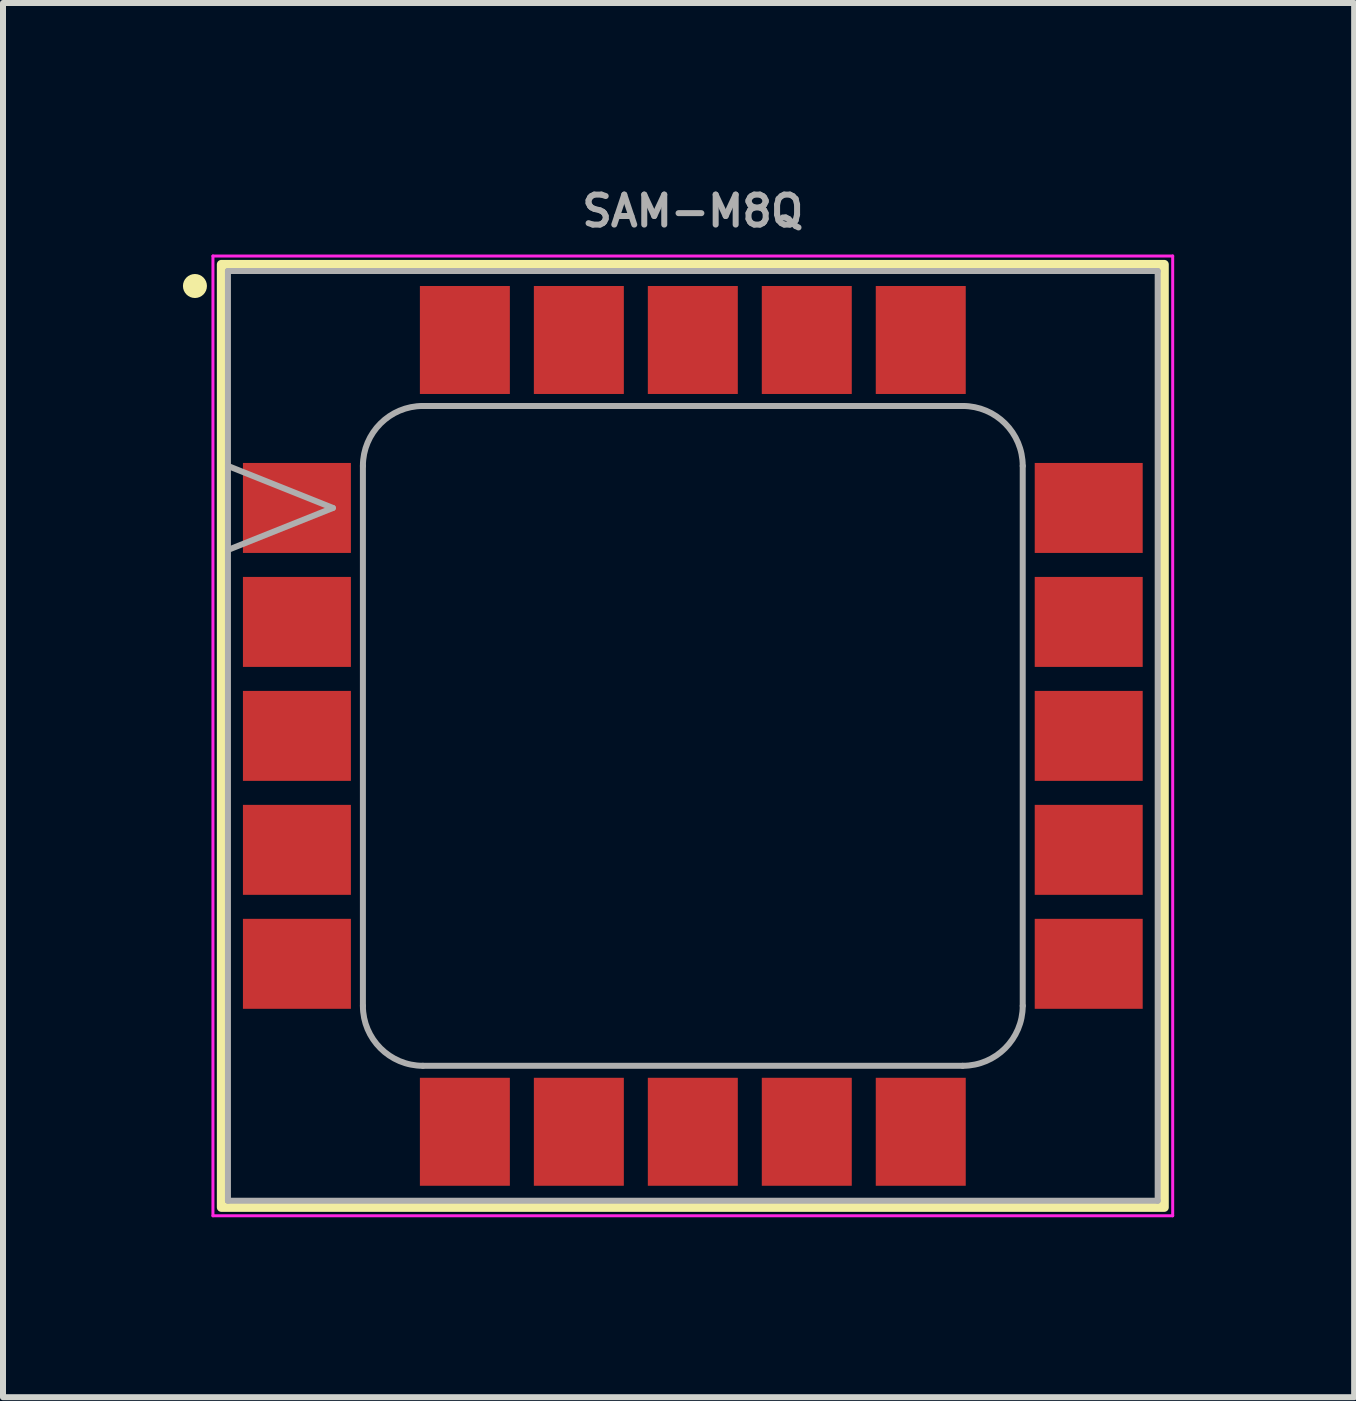
<source format=kicad_pcb>
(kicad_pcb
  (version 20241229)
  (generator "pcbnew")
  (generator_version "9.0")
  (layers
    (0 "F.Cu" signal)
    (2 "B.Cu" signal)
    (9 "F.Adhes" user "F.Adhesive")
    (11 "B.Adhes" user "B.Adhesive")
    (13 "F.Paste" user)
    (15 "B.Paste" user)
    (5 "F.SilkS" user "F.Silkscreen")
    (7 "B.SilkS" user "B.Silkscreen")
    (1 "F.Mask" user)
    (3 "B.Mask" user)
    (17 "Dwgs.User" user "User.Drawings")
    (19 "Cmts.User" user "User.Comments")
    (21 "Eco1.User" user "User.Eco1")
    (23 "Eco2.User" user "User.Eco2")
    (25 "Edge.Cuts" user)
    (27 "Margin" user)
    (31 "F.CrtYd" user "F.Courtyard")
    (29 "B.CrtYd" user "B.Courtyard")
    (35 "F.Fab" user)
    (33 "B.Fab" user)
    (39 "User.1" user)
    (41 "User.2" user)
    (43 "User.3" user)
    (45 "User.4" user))
  (footprint "SAM-M8Q"
    (layer "F.Cu")
    (at 8.5 9.218)
    (property "Reference" "SAM-M8Q" (at 0 -8.75 0) (layer "F.Fab") (effects (font (size 0.5 0.5) (thickness 0.1))))
    (attr smd)
    (fp_rect (start -7.86 -7.86) (end 7.86 7.86) (stroke (width 0.15) (type default)) (fill no) (layer "F.SilkS"))
    (fp_circle (center -8.3 -7.5) (end -8.3 -7.4) (stroke (width 0.2) (type solid)) (fill yes) (layer "F.SilkS"))
    (fp_line (start -8 -8) (end -8 8) (stroke (width 0.05) (type solid)) (layer "F.CrtYd"))
    (fp_line (start -8 8) (end 8 8) (stroke (width 0.05) (type solid)) (layer "F.CrtYd"))
    (fp_line (start 8 -8) (end -8 -8) (stroke (width 0.05) (type solid)) (layer "F.CrtYd"))
    (fp_line (start 8 8) (end 8 -8) (stroke (width 0.05) (type solid)) (layer "F.CrtYd"))
    (fp_line (start -7.75 -7.75) (end -7.75 7.75) (stroke (width 0.1) (type solid)) (layer "F.Fab"))
    (fp_line (start -7.75 7.75) (end 7.75 7.75) (stroke (width 0.1) (type solid)) (layer "F.Fab"))
    (fp_line (start -6 -3.8) (end -7.75 -4.5) (stroke (width 0.1) (type solid)) (layer "F.Fab"))
    (fp_line (start -6 -3.8) (end -7.75 -3.1) (stroke (width 0.1) (type solid)) (layer "F.Fab"))
    (fp_line (start -5.5 -4.5) (end -5.5 4.5) (stroke (width 0.1) (type solid)) (layer "F.Fab"))
    (fp_line (start -4.5 5.5) (end 4.5 5.5) (stroke (width 0.1) (type solid)) (layer "F.Fab"))
    (fp_line (start 4.5 -5.5) (end -4.5 -5.5) (stroke (width 0.1) (type solid)) (layer "F.Fab"))
    (fp_line (start 5.5 4.5) (end 5.5 -4.5) (stroke (width 0.1) (type solid)) (layer "F.Fab"))
    (fp_line (start 7.75 -7.75) (end -7.75 -7.75) (stroke (width 0.1) (type solid)) (layer "F.Fab"))
    (fp_line (start 7.75 7.75) (end 7.75 -7.75) (stroke (width 0.1) (type solid)) (layer "F.Fab"))
    (fp_arc (start -5.5 -4.5) (mid -5.207107 -5.207107) (end -4.5 -5.5) (stroke (width 0.1) (type solid)) (layer "F.Fab"))
    (fp_arc (start -4.5 5.5) (mid -5.207107 5.207107) (end -5.5 4.5) (stroke (width 0.1) (type solid)) (layer "F.Fab"))
    (fp_arc (start 4.5 -5.5) (mid 5.207107 -5.207107) (end 5.5 -4.5) (stroke (width 0.1) (type solid)) (layer "F.Fab"))
    (fp_arc (start 5.5 4.5) (mid 5.207107 5.207107) (end 4.5 5.5) (stroke (width 0.1) (type solid)) (layer "F.Fab"))
    (pad "" smd rect (at -7.1 -4.225) (size 0.72 0.58) (layers "F.Paste"))
    (pad "" smd rect (at -7.1 -3.375) (size 0.72 0.58) (layers "F.Paste"))
    (pad "" smd rect (at -7.1 -2.325) (size 0.72 0.58) (layers "F.Paste"))
    (pad "" smd rect (at -7.1 -1.475) (size 0.72 0.58) (layers "F.Paste"))
    (pad "" smd rect (at -7.1 -0.425) (size 0.72 0.58) (layers "F.Paste"))
    (pad "" smd rect (at -7.1 0.425) (size 0.72 0.58) (layers "F.Paste"))
    (pad "" smd rect (at -7.1 1.475) (size 0.72 0.58) (layers "F.Paste"))
    (pad "" smd rect (at -7.1 2.325) (size 0.72 0.58) (layers "F.Paste"))
    (pad "" smd rect (at -7.1 3.375) (size 0.72 0.58) (layers "F.Paste"))
    (pad "" smd rect (at -7.1 4.225) (size 0.72 0.58) (layers "F.Paste"))
    (pad "" smd rect (at -6.1 -4.225) (size 0.72 0.58) (layers "F.Paste"))
    (pad "" smd rect (at -6.1 -3.375) (size 0.72 0.58) (layers "F.Paste"))
    (pad "" smd rect (at -6.1 -2.325) (size 0.72 0.58) (layers "F.Paste"))
    (pad "" smd rect (at -6.1 -1.475) (size 0.72 0.58) (layers "F.Paste"))
    (pad "" smd rect (at -6.1 -0.425) (size 0.72 0.58) (layers "F.Paste"))
    (pad "" smd rect (at -6.1 0.425) (size 0.72 0.58) (layers "F.Paste"))
    (pad "" smd rect (at -6.1 1.475) (size 0.72 0.58) (layers "F.Paste"))
    (pad "" smd rect (at -6.1 2.325) (size 0.72 0.58) (layers "F.Paste"))
    (pad "" smd rect (at -6.1 3.375) (size 0.72 0.58) (layers "F.Paste"))
    (pad "" smd rect (at -6.1 4.225) (size 0.72 0.58) (layers "F.Paste"))
    (pad "" smd rect (at -4.225 -7.1) (size 0.58 0.72) (layers "F.Paste"))
    (pad "" smd rect (at -4.225 -6.1) (size 0.58 0.72) (layers "F.Paste"))
    (pad "" smd rect (at -4.225 6.1) (size 0.58 0.72) (layers "F.Paste"))
    (pad "" smd rect (at -4.225 7.1) (size 0.58 0.72) (layers "F.Paste"))
    (pad "" smd rect (at -3.375 -7.1) (size 0.58 0.72) (layers "F.Paste"))
    (pad "" smd rect (at -3.375 -6.1) (size 0.58 0.72) (layers "F.Paste"))
    (pad "" smd rect (at -3.375 6.1) (size 0.58 0.72) (layers "F.Paste"))
    (pad "" smd rect (at -3.375 7.1) (size 0.58 0.72) (layers "F.Paste"))
    (pad "" smd rect (at -2.325 -7.1) (size 0.58 0.72) (layers "F.Paste"))
    (pad "" smd rect (at -2.325 -6.1) (size 0.58 0.72) (layers "F.Paste"))
    (pad "" smd rect (at -2.325 6.1) (size 0.58 0.72) (layers "F.Paste"))
    (pad "" smd rect (at -2.325 7.1) (size 0.58 0.72) (layers "F.Paste"))
    (pad "" smd rect (at -1.475 -7.1) (size 0.58 0.72) (layers "F.Paste"))
    (pad "" smd rect (at -1.475 -6.1) (size 0.58 0.72) (layers "F.Paste"))
    (pad "" smd rect (at -1.475 6.1) (size 0.58 0.72) (layers "F.Paste"))
    (pad "" smd rect (at -1.475 7.1) (size 0.58 0.72) (layers "F.Paste"))
    (pad "" smd rect (at -0.425 -7.1) (size 0.58 0.72) (layers "F.Paste"))
    (pad "" smd rect (at -0.425 -6.1) (size 0.58 0.72) (layers "F.Paste"))
    (pad "" smd rect (at -0.425 6.1) (size 0.58 0.72) (layers "F.Paste"))
    (pad "" smd rect (at -0.425 7.1) (size 0.58 0.72) (layers "F.Paste"))
    (pad "" smd rect (at 0.425 -7.1) (size 0.58 0.72) (layers "F.Paste"))
    (pad "" smd rect (at 0.425 -6.1) (size 0.58 0.72) (layers "F.Paste"))
    (pad "" smd rect (at 0.425 6.1) (size 0.58 0.72) (layers "F.Paste"))
    (pad "" smd rect (at 0.425 7.1) (size 0.58 0.72) (layers "F.Paste"))
    (pad "" smd rect (at 1.475 -7.1) (size 0.58 0.72) (layers "F.Paste"))
    (pad "" smd rect (at 1.475 -6.1) (size 0.58 0.72) (layers "F.Paste"))
    (pad "" smd rect (at 1.475 6.1) (size 0.58 0.72) (layers "F.Paste"))
    (pad "" smd rect (at 1.475 7.1) (size 0.58 0.72) (layers "F.Paste"))
    (pad "" smd rect (at 2.325 -7.1) (size 0.58 0.72) (layers "F.Paste"))
    (pad "" smd rect (at 2.325 -6.1) (size 0.58 0.72) (layers "F.Paste"))
    (pad "" smd rect (at 2.325 6.1) (size 0.58 0.72) (layers "F.Paste"))
    (pad "" smd rect (at 2.325 7.1) (size 0.58 0.72) (layers "F.Paste"))
    (pad "" smd rect (at 3.375 -7.1) (size 0.58 0.72) (layers "F.Paste"))
    (pad "" smd rect (at 3.375 -6.1) (size 0.58 0.72) (layers "F.Paste"))
    (pad "" smd rect (at 3.375 6.1) (size 0.58 0.72) (layers "F.Paste"))
    (pad "" smd rect (at 3.375 7.1) (size 0.58 0.72) (layers "F.Paste"))
    (pad "" smd rect (at 4.225 -7.1) (size 0.58 0.72) (layers "F.Paste"))
    (pad "" smd rect (at 4.225 -6.1) (size 0.58 0.72) (layers "F.Paste"))
    (pad "" smd rect (at 4.225 6.1) (size 0.58 0.72) (layers "F.Paste"))
    (pad "" smd rect (at 4.225 7.1) (size 0.58 0.72) (layers "F.Paste"))
    (pad "" smd rect (at 6.1 -4.225) (size 0.72 0.58) (layers "F.Paste"))
    (pad "" smd rect (at 6.1 -3.375) (size 0.72 0.58) (layers "F.Paste"))
    (pad "" smd rect (at 6.1 -2.325) (size 0.72 0.58) (layers "F.Paste"))
    (pad "" smd rect (at 6.1 -1.475) (size 0.72 0.58) (layers "F.Paste"))
    (pad "" smd rect (at 6.1 -0.425) (size 0.72 0.58) (layers "F.Paste"))
    (pad "" smd rect (at 6.1 0.425) (size 0.72 0.58) (layers "F.Paste"))
    (pad "" smd rect (at 6.1 1.475) (size 0.72 0.58) (layers "F.Paste"))
    (pad "" smd rect (at 6.1 2.325) (size 0.72 0.58) (layers "F.Paste"))
    (pad "" smd rect (at 6.1 3.375) (size 0.72 0.58) (layers "F.Paste"))
    (pad "" smd rect (at 6.1 4.225) (size 0.72 0.58) (layers "F.Paste"))
    (pad "" smd rect (at 7.1 -4.225) (size 0.72 0.58) (layers "F.Paste"))
    (pad "" smd rect (at 7.1 -3.375) (size 0.72 0.58) (layers "F.Paste"))
    (pad "" smd rect (at 7.1 -2.325) (size 0.72 0.58) (layers "F.Paste"))
    (pad "" smd rect (at 7.1 -1.475) (size 0.72 0.58) (layers "F.Paste"))
    (pad "" smd rect (at 7.1 -0.425) (size 0.72 0.58) (layers "F.Paste"))
    (pad "" smd rect (at 7.1 0.425) (size 0.72 0.58) (layers "F.Paste"))
    (pad "" smd rect (at 7.1 1.475) (size 0.72 0.58) (layers "F.Paste"))
    (pad "" smd rect (at 7.1 2.325) (size 0.72 0.58) (layers "F.Paste"))
    (pad "" smd rect (at 7.1 3.375) (size 0.72 0.58) (layers "F.Paste"))
    (pad "" smd rect (at 7.1 4.225) (size 0.72 0.58) (layers "F.Paste"))
    (pad "1" smd rect (at -6.6 -3.8) (size 1.8 1.5) (layers "F.Cu" "F.Mask"))
    (pad "2" smd rect (at -6.6 -1.9) (size 1.8 1.5) (layers "F.Cu" "F.Mask"))
    (pad "3" smd rect (at -6.6 0) (size 1.8 1.5) (layers "F.Cu" "F.Mask"))
    (pad "4" smd rect (at -6.6 1.9) (size 1.8 1.5) (layers "F.Cu" "F.Mask"))
    (pad "5" smd rect (at -6.6 3.8) (size 1.8 1.5) (layers "F.Cu" "F.Mask"))
    (pad "6" smd rect (at -3.8 6.6) (size 1.5 1.8) (layers "F.Cu" "F.Mask"))
    (pad "7" smd rect (at -1.9 6.6) (size 1.5 1.8) (layers "F.Cu" "F.Mask"))
    (pad "8" smd rect (at 0 6.6) (size 1.5 1.8) (layers "F.Cu" "F.Mask"))
    (pad "9" smd rect (at 1.9 6.6) (size 1.5 1.8) (layers "F.Cu" "F.Mask"))
    (pad "10" smd rect (at 3.8 6.6) (size 1.5 1.8) (layers "F.Cu" "F.Mask"))
    (pad "11" smd rect (at 6.6 3.8) (size 1.8 1.5) (layers "F.Cu" "F.Mask"))
    (pad "12" smd rect (at 6.6 1.9) (size 1.8 1.5) (layers "F.Cu" "F.Mask"))
    (pad "13" smd rect (at 6.6 0) (size 1.8 1.5) (layers "F.Cu" "F.Mask"))
    (pad "14" smd rect (at 6.6 -1.9) (size 1.8 1.5) (layers "F.Cu" "F.Mask"))
    (pad "15" smd rect (at 6.6 -3.8) (size 1.8 1.5) (layers "F.Cu" "F.Mask"))
    (pad "16" smd rect (at 3.8 -6.6) (size 1.5 1.8) (layers "F.Cu" "F.Mask"))
    (pad "17" smd rect (at 1.9 -6.6) (size 1.5 1.8) (layers "F.Cu" "F.Mask"))
    (pad "18" smd rect (at 0 -6.6) (size 1.5 1.8) (layers "F.Cu" "F.Mask"))
    (pad "19" smd rect (at -1.9 -6.6) (size 1.5 1.8) (layers "F.Cu" "F.Mask"))
    (pad "20" smd rect (at -3.8 -6.6) (size 1.5 1.8) (layers "F.Cu" "F.Mask")))
  (gr_rect
    (start -3 -3)
    (end 19.525 20.243)
    (stroke (width 0.1) (type default))
    (fill no)
    (layer "Edge.Cuts")))
</source>
